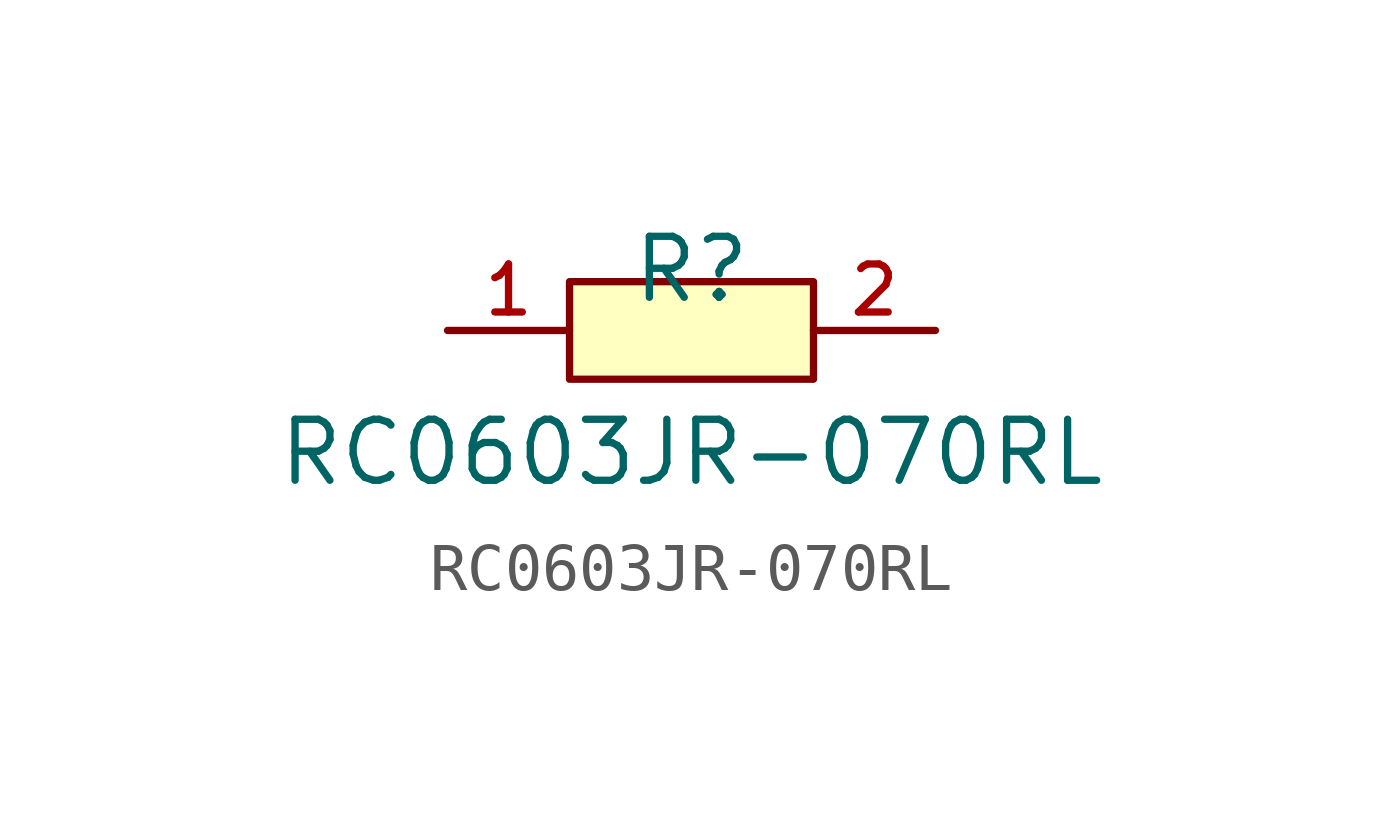
<source format=kicad_sym>
(kicad_symbol_lib
  (version 20210201)
  (generator TousstNicolas/JLC2KiCad_lib)
  (symbol "RC0603JR-070RL"
    (pin_names hide)
    (property "Reference" "R"
      (at 0 1.27 0)
      (effects (font (size 1.27 1.27))))
    (property "Value" "RC0603JR-070RL"
      (at 0 -2.54 0)
      (effects (font (size 1.27 1.27))))
    (symbol "RC0603JR-070RL_0_1"
      (pin input line (at 5.08 -0.0 180) (length 2.54) (name "2" (effects (font (size 1 1)))) (number "2" (effects (font (size 1 1)))))
      (pin input line (at -5.08 -0.0 0) (length 2.54) (name "1" (effects (font (size 1 1)))) (number "1" (effects (font (size 1 1)))))
      (rectangle (start -2.54 1.016) (end 2.54 -1.016) (stroke (width 0) (type default) (color 0 0 0 0)) (fill (type background))))))
</source>
